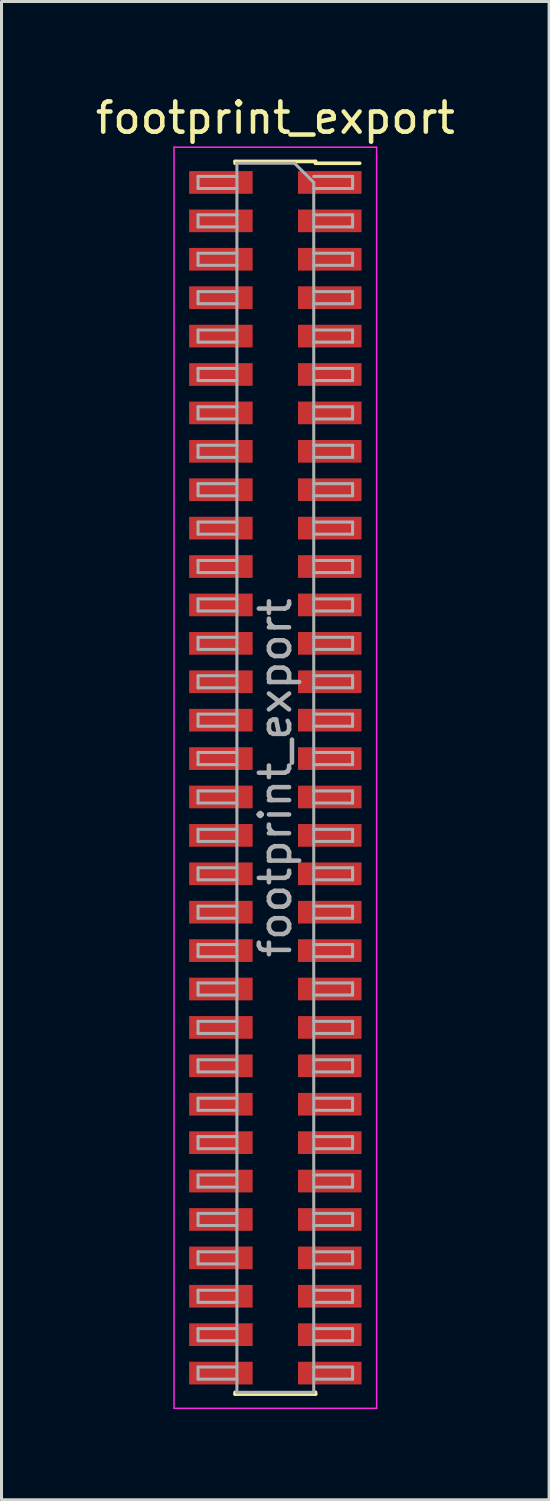
<source format=kicad_pcb>
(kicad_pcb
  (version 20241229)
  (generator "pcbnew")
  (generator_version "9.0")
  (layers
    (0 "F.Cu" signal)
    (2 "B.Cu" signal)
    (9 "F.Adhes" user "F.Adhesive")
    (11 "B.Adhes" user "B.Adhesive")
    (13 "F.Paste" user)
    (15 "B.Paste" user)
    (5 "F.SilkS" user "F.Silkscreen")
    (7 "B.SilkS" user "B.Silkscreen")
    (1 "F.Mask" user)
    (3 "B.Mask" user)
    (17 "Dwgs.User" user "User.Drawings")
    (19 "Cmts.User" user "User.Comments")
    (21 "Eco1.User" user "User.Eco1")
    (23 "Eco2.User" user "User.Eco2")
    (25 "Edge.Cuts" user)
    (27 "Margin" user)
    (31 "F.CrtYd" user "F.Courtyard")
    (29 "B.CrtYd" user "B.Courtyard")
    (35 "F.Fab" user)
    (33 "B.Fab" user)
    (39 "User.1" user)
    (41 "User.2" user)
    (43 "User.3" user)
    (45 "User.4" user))
  (footprint "footprint_export"
    (layer "F.Cu")
    (at 6.054 22.668)
    (property "Reference" "footprint_export" (at 0 -21.82 0) (layer "F.SilkS") (effects (font (size 1 1) (thickness 0.15))))
    (attr smd)
    (fp_line (start -1.33 -20.38) (end -1.33 -20.32) (stroke (width 0.12) (type solid)) (layer "F.SilkS"))
    (fp_line (start -1.33 -20.38) (end 1.33 -20.38) (stroke (width 0.12) (type solid)) (layer "F.SilkS"))
    (fp_line (start -1.33 20.32) (end -1.33 20.38) (stroke (width 0.12) (type solid)) (layer "F.SilkS"))
    (fp_line (start -1.33 20.38) (end 1.33 20.38) (stroke (width 0.12) (type solid)) (layer "F.SilkS"))
    (fp_line (start 1.33 -20.38) (end 1.33 -20.32) (stroke (width 0.12) (type solid)) (layer "F.SilkS"))
    (fp_line (start 1.33 -20.32) (end 2.79 -20.32) (stroke (width 0.12) (type solid)) (layer "F.SilkS"))
    (fp_line (start 1.33 20.32) (end 1.33 20.38) (stroke (width 0.12) (type solid)) (layer "F.SilkS"))
    (fp_line (start -3.35 -20.85) (end 3.35 -20.85) (stroke (width 0.05) (type solid)) (layer "F.CrtYd"))
    (fp_line (start -3.35 20.85) (end -3.35 -20.85) (stroke (width 0.05) (type solid)) (layer "F.CrtYd"))
    (fp_line (start 3.35 -20.85) (end 3.35 20.85) (stroke (width 0.05) (type solid)) (layer "F.CrtYd"))
    (fp_line (start 3.35 20.85) (end -3.35 20.85) (stroke (width 0.05) (type solid)) (layer "F.CrtYd"))
    (fp_line (start -2.555 -19.885) (end -1.27 -19.885) (stroke (width 0.1) (type solid)) (layer "F.Fab"))
    (fp_line (start -2.555 -19.485) (end -2.555 -19.885) (stroke (width 0.1) (type solid)) (layer "F.Fab"))
    (fp_line (start -2.555 -18.615) (end -1.27 -18.615) (stroke (width 0.1) (type solid)) (layer "F.Fab"))
    (fp_line (start -2.555 -18.215) (end -2.555 -18.615) (stroke (width 0.1) (type solid)) (layer "F.Fab"))
    (fp_line (start -2.555 -17.345) (end -1.27 -17.345) (stroke (width 0.1) (type solid)) (layer "F.Fab"))
    (fp_line (start -2.555 -16.945) (end -2.555 -17.345) (stroke (width 0.1) (type solid)) (layer "F.Fab"))
    (fp_line (start -2.555 -16.075) (end -1.27 -16.075) (stroke (width 0.1) (type solid)) (layer "F.Fab"))
    (fp_line (start -2.555 -15.675) (end -2.555 -16.075) (stroke (width 0.1) (type solid)) (layer "F.Fab"))
    (fp_line (start -2.555 -14.805) (end -1.27 -14.805) (stroke (width 0.1) (type solid)) (layer "F.Fab"))
    (fp_line (start -2.555 -14.405) (end -2.555 -14.805) (stroke (width 0.1) (type solid)) (layer "F.Fab"))
    (fp_line (start -2.555 -13.535) (end -1.27 -13.535) (stroke (width 0.1) (type solid)) (layer "F.Fab"))
    (fp_line (start -2.555 -13.135) (end -2.555 -13.535) (stroke (width 0.1) (type solid)) (layer "F.Fab"))
    (fp_line (start -2.555 -12.265) (end -1.27 -12.265) (stroke (width 0.1) (type solid)) (layer "F.Fab"))
    (fp_line (start -2.555 -11.865) (end -2.555 -12.265) (stroke (width 0.1) (type solid)) (layer "F.Fab"))
    (fp_line (start -2.555 -10.995) (end -1.27 -10.995) (stroke (width 0.1) (type solid)) (layer "F.Fab"))
    (fp_line (start -2.555 -10.595) (end -2.555 -10.995) (stroke (width 0.1) (type solid)) (layer "F.Fab"))
    (fp_line (start -2.555 -9.725) (end -1.27 -9.725) (stroke (width 0.1) (type solid)) (layer "F.Fab"))
    (fp_line (start -2.555 -9.325) (end -2.555 -9.725) (stroke (width 0.1) (type solid)) (layer "F.Fab"))
    (fp_line (start -2.555 -8.455) (end -1.27 -8.455) (stroke (width 0.1) (type solid)) (layer "F.Fab"))
    (fp_line (start -2.555 -8.055) (end -2.555 -8.455) (stroke (width 0.1) (type solid)) (layer "F.Fab"))
    (fp_line (start -2.555 -7.185) (end -1.27 -7.185) (stroke (width 0.1) (type solid)) (layer "F.Fab"))
    (fp_line (start -2.555 -6.785) (end -2.555 -7.185) (stroke (width 0.1) (type solid)) (layer "F.Fab"))
    (fp_line (start -2.555 -5.915) (end -1.27 -5.915) (stroke (width 0.1) (type solid)) (layer "F.Fab"))
    (fp_line (start -2.555 -5.515) (end -2.555 -5.915) (stroke (width 0.1) (type solid)) (layer "F.Fab"))
    (fp_line (start -2.555 -4.645) (end -1.27 -4.645) (stroke (width 0.1) (type solid)) (layer "F.Fab"))
    (fp_line (start -2.555 -4.245) (end -2.555 -4.645) (stroke (width 0.1) (type solid)) (layer "F.Fab"))
    (fp_line (start -2.555 -3.375) (end -1.27 -3.375) (stroke (width 0.1) (type solid)) (layer "F.Fab"))
    (fp_line (start -2.555 -2.975) (end -2.555 -3.375) (stroke (width 0.1) (type solid)) (layer "F.Fab"))
    (fp_line (start -2.555 -2.105) (end -1.27 -2.105) (stroke (width 0.1) (type solid)) (layer "F.Fab"))
    (fp_line (start -2.555 -1.705) (end -2.555 -2.105) (stroke (width 0.1) (type solid)) (layer "F.Fab"))
    (fp_line (start -2.555 -0.835) (end -1.27 -0.835) (stroke (width 0.1) (type solid)) (layer "F.Fab"))
    (fp_line (start -2.555 -0.435) (end -2.555 -0.835) (stroke (width 0.1) (type solid)) (layer "F.Fab"))
    (fp_line (start -2.555 0.435) (end -1.27 0.435) (stroke (width 0.1) (type solid)) (layer "F.Fab"))
    (fp_line (start -2.555 0.835) (end -2.555 0.435) (stroke (width 0.1) (type solid)) (layer "F.Fab"))
    (fp_line (start -2.555 1.705) (end -1.27 1.705) (stroke (width 0.1) (type solid)) (layer "F.Fab"))
    (fp_line (start -2.555 2.105) (end -2.555 1.705) (stroke (width 0.1) (type solid)) (layer "F.Fab"))
    (fp_line (start -2.555 2.975) (end -1.27 2.975) (stroke (width 0.1) (type solid)) (layer "F.Fab"))
    (fp_line (start -2.555 3.375) (end -2.555 2.975) (stroke (width 0.1) (type solid)) (layer "F.Fab"))
    (fp_line (start -2.555 4.245) (end -1.27 4.245) (stroke (width 0.1) (type solid)) (layer "F.Fab"))
    (fp_line (start -2.555 4.645) (end -2.555 4.245) (stroke (width 0.1) (type solid)) (layer "F.Fab"))
    (fp_line (start -2.555 5.515) (end -1.27 5.515) (stroke (width 0.1) (type solid)) (layer "F.Fab"))
    (fp_line (start -2.555 5.915) (end -2.555 5.515) (stroke (width 0.1) (type solid)) (layer "F.Fab"))
    (fp_line (start -2.555 6.785) (end -1.27 6.785) (stroke (width 0.1) (type solid)) (layer "F.Fab"))
    (fp_line (start -2.555 7.185) (end -2.555 6.785) (stroke (width 0.1) (type solid)) (layer "F.Fab"))
    (fp_line (start -2.555 8.055) (end -1.27 8.055) (stroke (width 0.1) (type solid)) (layer "F.Fab"))
    (fp_line (start -2.555 8.455) (end -2.555 8.055) (stroke (width 0.1) (type solid)) (layer "F.Fab"))
    (fp_line (start -2.555 9.325) (end -1.27 9.325) (stroke (width 0.1) (type solid)) (layer "F.Fab"))
    (fp_line (start -2.555 9.725) (end -2.555 9.325) (stroke (width 0.1) (type solid)) (layer "F.Fab"))
    (fp_line (start -2.555 10.595) (end -1.27 10.595) (stroke (width 0.1) (type solid)) (layer "F.Fab"))
    (fp_line (start -2.555 10.995) (end -2.555 10.595) (stroke (width 0.1) (type solid)) (layer "F.Fab"))
    (fp_line (start -2.555 11.865) (end -1.27 11.865) (stroke (width 0.1) (type solid)) (layer "F.Fab"))
    (fp_line (start -2.555 12.265) (end -2.555 11.865) (stroke (width 0.1) (type solid)) (layer "F.Fab"))
    (fp_line (start -2.555 13.135) (end -1.27 13.135) (stroke (width 0.1) (type solid)) (layer "F.Fab"))
    (fp_line (start -2.555 13.535) (end -2.555 13.135) (stroke (width 0.1) (type solid)) (layer "F.Fab"))
    (fp_line (start -2.555 14.405) (end -1.27 14.405) (stroke (width 0.1) (type solid)) (layer "F.Fab"))
    (fp_line (start -2.555 14.805) (end -2.555 14.405) (stroke (width 0.1) (type solid)) (layer "F.Fab"))
    (fp_line (start -2.555 15.675) (end -1.27 15.675) (stroke (width 0.1) (type solid)) (layer "F.Fab"))
    (fp_line (start -2.555 16.075) (end -2.555 15.675) (stroke (width 0.1) (type solid)) (layer "F.Fab"))
    (fp_line (start -2.555 16.945) (end -1.27 16.945) (stroke (width 0.1) (type solid)) (layer "F.Fab"))
    (fp_line (start -2.555 17.345) (end -2.555 16.945) (stroke (width 0.1) (type solid)) (layer "F.Fab"))
    (fp_line (start -2.555 18.215) (end -1.27 18.215) (stroke (width 0.1) (type solid)) (layer "F.Fab"))
    (fp_line (start -2.555 18.615) (end -2.555 18.215) (stroke (width 0.1) (type solid)) (layer "F.Fab"))
    (fp_line (start -2.555 19.485) (end -1.27 19.485) (stroke (width 0.1) (type solid)) (layer "F.Fab"))
    (fp_line (start -2.555 19.885) (end -2.555 19.485) (stroke (width 0.1) (type solid)) (layer "F.Fab"))
    (fp_line (start -1.27 -20.32) (end 0.635 -20.32) (stroke (width 0.1) (type solid)) (layer "F.Fab"))
    (fp_line (start -1.27 -19.485) (end -2.555 -19.485) (stroke (width 0.1) (type solid)) (layer "F.Fab"))
    (fp_line (start -1.27 -18.215) (end -2.555 -18.215) (stroke (width 0.1) (type solid)) (layer "F.Fab"))
    (fp_line (start -1.27 -16.945) (end -2.555 -16.945) (stroke (width 0.1) (type solid)) (layer "F.Fab"))
    (fp_line (start -1.27 -15.675) (end -2.555 -15.675) (stroke (width 0.1) (type solid)) (layer "F.Fab"))
    (fp_line (start -1.27 -14.405) (end -2.555 -14.405) (stroke (width 0.1) (type solid)) (layer "F.Fab"))
    (fp_line (start -1.27 -13.135) (end -2.555 -13.135) (stroke (width 0.1) (type solid)) (layer "F.Fab"))
    (fp_line (start -1.27 -11.865) (end -2.555 -11.865) (stroke (width 0.1) (type solid)) (layer "F.Fab"))
    (fp_line (start -1.27 -10.595) (end -2.555 -10.595) (stroke (width 0.1) (type solid)) (layer "F.Fab"))
    (fp_line (start -1.27 -9.325) (end -2.555 -9.325) (stroke (width 0.1) (type solid)) (layer "F.Fab"))
    (fp_line (start -1.27 -8.055) (end -2.555 -8.055) (stroke (width 0.1) (type solid)) (layer "F.Fab"))
    (fp_line (start -1.27 -6.785) (end -2.555 -6.785) (stroke (width 0.1) (type solid)) (layer "F.Fab"))
    (fp_line (start -1.27 -5.515) (end -2.555 -5.515) (stroke (width 0.1) (type solid)) (layer "F.Fab"))
    (fp_line (start -1.27 -4.245) (end -2.555 -4.245) (stroke (width 0.1) (type solid)) (layer "F.Fab"))
    (fp_line (start -1.27 -2.975) (end -2.555 -2.975) (stroke (width 0.1) (type solid)) (layer "F.Fab"))
    (fp_line (start -1.27 -1.705) (end -2.555 -1.705) (stroke (width 0.1) (type solid)) (layer "F.Fab"))
    (fp_line (start -1.27 -0.435) (end -2.555 -0.435) (stroke (width 0.1) (type solid)) (layer "F.Fab"))
    (fp_line (start -1.27 0.835) (end -2.555 0.835) (stroke (width 0.1) (type solid)) (layer "F.Fab"))
    (fp_line (start -1.27 2.105) (end -2.555 2.105) (stroke (width 0.1) (type solid)) (layer "F.Fab"))
    (fp_line (start -1.27 3.375) (end -2.555 3.375) (stroke (width 0.1) (type solid)) (layer "F.Fab"))
    (fp_line (start -1.27 4.645) (end -2.555 4.645) (stroke (width 0.1) (type solid)) (layer "F.Fab"))
    (fp_line (start -1.27 5.915) (end -2.555 5.915) (stroke (width 0.1) (type solid)) (layer "F.Fab"))
    (fp_line (start -1.27 7.185) (end -2.555 7.185) (stroke (width 0.1) (type solid)) (layer "F.Fab"))
    (fp_line (start -1.27 8.455) (end -2.555 8.455) (stroke (width 0.1) (type solid)) (layer "F.Fab"))
    (fp_line (start -1.27 9.725) (end -2.555 9.725) (stroke (width 0.1) (type solid)) (layer "F.Fab"))
    (fp_line (start -1.27 10.995) (end -2.555 10.995) (stroke (width 0.1) (type solid)) (layer "F.Fab"))
    (fp_line (start -1.27 12.265) (end -2.555 12.265) (stroke (width 0.1) (type solid)) (layer "F.Fab"))
    (fp_line (start -1.27 13.535) (end -2.555 13.535) (stroke (width 0.1) (type solid)) (layer "F.Fab"))
    (fp_line (start -1.27 14.805) (end -2.555 14.805) (stroke (width 0.1) (type solid)) (layer "F.Fab"))
    (fp_line (start -1.27 16.075) (end -2.555 16.075) (stroke (width 0.1) (type solid)) (layer "F.Fab"))
    (fp_line (start -1.27 17.345) (end -2.555 17.345) (stroke (width 0.1) (type solid)) (layer "F.Fab"))
    (fp_line (start -1.27 18.615) (end -2.555 18.615) (stroke (width 0.1) (type solid)) (layer "F.Fab"))
    (fp_line (start -1.27 19.885) (end -2.555 19.885) (stroke (width 0.1) (type solid)) (layer "F.Fab"))
    (fp_line (start -1.27 20.32) (end -1.27 -20.32) (stroke (width 0.1) (type solid)) (layer "F.Fab"))
    (fp_line (start 0.635 -20.32) (end 1.27 -19.685) (stroke (width 0.1) (type solid)) (layer "F.Fab"))
    (fp_line (start 1.27 -19.885) (end 2.555 -19.885) (stroke (width 0.1) (type solid)) (layer "F.Fab"))
    (fp_line (start 1.27 -19.685) (end 1.27 20.32) (stroke (width 0.1) (type solid)) (layer "F.Fab"))
    (fp_line (start 1.27 -18.615) (end 2.555 -18.615) (stroke (width 0.1) (type solid)) (layer "F.Fab"))
    (fp_line (start 1.27 -17.345) (end 2.555 -17.345) (stroke (width 0.1) (type solid)) (layer "F.Fab"))
    (fp_line (start 1.27 -16.075) (end 2.555 -16.075) (stroke (width 0.1) (type solid)) (layer "F.Fab"))
    (fp_line (start 1.27 -14.805) (end 2.555 -14.805) (stroke (width 0.1) (type solid)) (layer "F.Fab"))
    (fp_line (start 1.27 -13.535) (end 2.555 -13.535) (stroke (width 0.1) (type solid)) (layer "F.Fab"))
    (fp_line (start 1.27 -12.265) (end 2.555 -12.265) (stroke (width 0.1) (type solid)) (layer "F.Fab"))
    (fp_line (start 1.27 -10.995) (end 2.555 -10.995) (stroke (width 0.1) (type solid)) (layer "F.Fab"))
    (fp_line (start 1.27 -9.725) (end 2.555 -9.725) (stroke (width 0.1) (type solid)) (layer "F.Fab"))
    (fp_line (start 1.27 -8.455) (end 2.555 -8.455) (stroke (width 0.1) (type solid)) (layer "F.Fab"))
    (fp_line (start 1.27 -7.185) (end 2.555 -7.185) (stroke (width 0.1) (type solid)) (layer "F.Fab"))
    (fp_line (start 1.27 -5.915) (end 2.555 -5.915) (stroke (width 0.1) (type solid)) (layer "F.Fab"))
    (fp_line (start 1.27 -4.645) (end 2.555 -4.645) (stroke (width 0.1) (type solid)) (layer "F.Fab"))
    (fp_line (start 1.27 -3.375) (end 2.555 -3.375) (stroke (width 0.1) (type solid)) (layer "F.Fab"))
    (fp_line (start 1.27 -2.105) (end 2.555 -2.105) (stroke (width 0.1) (type solid)) (layer "F.Fab"))
    (fp_line (start 1.27 -0.835) (end 2.555 -0.835) (stroke (width 0.1) (type solid)) (layer "F.Fab"))
    (fp_line (start 1.27 0.435) (end 2.555 0.435) (stroke (width 0.1) (type solid)) (layer "F.Fab"))
    (fp_line (start 1.27 1.705) (end 2.555 1.705) (stroke (width 0.1) (type solid)) (layer "F.Fab"))
    (fp_line (start 1.27 2.975) (end 2.555 2.975) (stroke (width 0.1) (type solid)) (layer "F.Fab"))
    (fp_line (start 1.27 4.245) (end 2.555 4.245) (stroke (width 0.1) (type solid)) (layer "F.Fab"))
    (fp_line (start 1.27 5.515) (end 2.555 5.515) (stroke (width 0.1) (type solid)) (layer "F.Fab"))
    (fp_line (start 1.27 6.785) (end 2.555 6.785) (stroke (width 0.1) (type solid)) (layer "F.Fab"))
    (fp_line (start 1.27 8.055) (end 2.555 8.055) (stroke (width 0.1) (type solid)) (layer "F.Fab"))
    (fp_line (start 1.27 9.325) (end 2.555 9.325) (stroke (width 0.1) (type solid)) (layer "F.Fab"))
    (fp_line (start 1.27 10.595) (end 2.555 10.595) (stroke (width 0.1) (type solid)) (layer "F.Fab"))
    (fp_line (start 1.27 11.865) (end 2.555 11.865) (stroke (width 0.1) (type solid)) (layer "F.Fab"))
    (fp_line (start 1.27 13.135) (end 2.555 13.135) (stroke (width 0.1) (type solid)) (layer "F.Fab"))
    (fp_line (start 1.27 14.405) (end 2.555 14.405) (stroke (width 0.1) (type solid)) (layer "F.Fab"))
    (fp_line (start 1.27 15.675) (end 2.555 15.675) (stroke (width 0.1) (type solid)) (layer "F.Fab"))
    (fp_line (start 1.27 16.945) (end 2.555 16.945) (stroke (width 0.1) (type solid)) (layer "F.Fab"))
    (fp_line (start 1.27 18.215) (end 2.555 18.215) (stroke (width 0.1) (type solid)) (layer "F.Fab"))
    (fp_line (start 1.27 19.485) (end 2.555 19.485) (stroke (width 0.1) (type solid)) (layer "F.Fab"))
    (fp_line (start 1.27 20.32) (end -1.27 20.32) (stroke (width 0.1) (type solid)) (layer "F.Fab"))
    (fp_line (start 2.555 -19.885) (end 2.555 -19.485) (stroke (width 0.1) (type solid)) (layer "F.Fab"))
    (fp_line (start 2.555 -19.485) (end 1.27 -19.485) (stroke (width 0.1) (type solid)) (layer "F.Fab"))
    (fp_line (start 2.555 -18.615) (end 2.555 -18.215) (stroke (width 0.1) (type solid)) (layer "F.Fab"))
    (fp_line (start 2.555 -18.215) (end 1.27 -18.215) (stroke (width 0.1) (type solid)) (layer "F.Fab"))
    (fp_line (start 2.555 -17.345) (end 2.555 -16.945) (stroke (width 0.1) (type solid)) (layer "F.Fab"))
    (fp_line (start 2.555 -16.945) (end 1.27 -16.945) (stroke (width 0.1) (type solid)) (layer "F.Fab"))
    (fp_line (start 2.555 -16.075) (end 2.555 -15.675) (stroke (width 0.1) (type solid)) (layer "F.Fab"))
    (fp_line (start 2.555 -15.675) (end 1.27 -15.675) (stroke (width 0.1) (type solid)) (layer "F.Fab"))
    (fp_line (start 2.555 -14.805) (end 2.555 -14.405) (stroke (width 0.1) (type solid)) (layer "F.Fab"))
    (fp_line (start 2.555 -14.405) (end 1.27 -14.405) (stroke (width 0.1) (type solid)) (layer "F.Fab"))
    (fp_line (start 2.555 -13.535) (end 2.555 -13.135) (stroke (width 0.1) (type solid)) (layer "F.Fab"))
    (fp_line (start 2.555 -13.135) (end 1.27 -13.135) (stroke (width 0.1) (type solid)) (layer "F.Fab"))
    (fp_line (start 2.555 -12.265) (end 2.555 -11.865) (stroke (width 0.1) (type solid)) (layer "F.Fab"))
    (fp_line (start 2.555 -11.865) (end 1.27 -11.865) (stroke (width 0.1) (type solid)) (layer "F.Fab"))
    (fp_line (start 2.555 -10.995) (end 2.555 -10.595) (stroke (width 0.1) (type solid)) (layer "F.Fab"))
    (fp_line (start 2.555 -10.595) (end 1.27 -10.595) (stroke (width 0.1) (type solid)) (layer "F.Fab"))
    (fp_line (start 2.555 -9.725) (end 2.555 -9.325) (stroke (width 0.1) (type solid)) (layer "F.Fab"))
    (fp_line (start 2.555 -9.325) (end 1.27 -9.325) (stroke (width 0.1) (type solid)) (layer "F.Fab"))
    (fp_line (start 2.555 -8.455) (end 2.555 -8.055) (stroke (width 0.1) (type solid)) (layer "F.Fab"))
    (fp_line (start 2.555 -8.055) (end 1.27 -8.055) (stroke (width 0.1) (type solid)) (layer "F.Fab"))
    (fp_line (start 2.555 -7.185) (end 2.555 -6.785) (stroke (width 0.1) (type solid)) (layer "F.Fab"))
    (fp_line (start 2.555 -6.785) (end 1.27 -6.785) (stroke (width 0.1) (type solid)) (layer "F.Fab"))
    (fp_line (start 2.555 -5.915) (end 2.555 -5.515) (stroke (width 0.1) (type solid)) (layer "F.Fab"))
    (fp_line (start 2.555 -5.515) (end 1.27 -5.515) (stroke (width 0.1) (type solid)) (layer "F.Fab"))
    (fp_line (start 2.555 -4.645) (end 2.555 -4.245) (stroke (width 0.1) (type solid)) (layer "F.Fab"))
    (fp_line (start 2.555 -4.245) (end 1.27 -4.245) (stroke (width 0.1) (type solid)) (layer "F.Fab"))
    (fp_line (start 2.555 -3.375) (end 2.555 -2.975) (stroke (width 0.1) (type solid)) (layer "F.Fab"))
    (fp_line (start 2.555 -2.975) (end 1.27 -2.975) (stroke (width 0.1) (type solid)) (layer "F.Fab"))
    (fp_line (start 2.555 -2.105) (end 2.555 -1.705) (stroke (width 0.1) (type solid)) (layer "F.Fab"))
    (fp_line (start 2.555 -1.705) (end 1.27 -1.705) (stroke (width 0.1) (type solid)) (layer "F.Fab"))
    (fp_line (start 2.555 -0.835) (end 2.555 -0.435) (stroke (width 0.1) (type solid)) (layer "F.Fab"))
    (fp_line (start 2.555 -0.435) (end 1.27 -0.435) (stroke (width 0.1) (type solid)) (layer "F.Fab"))
    (fp_line (start 2.555 0.435) (end 2.555 0.835) (stroke (width 0.1) (type solid)) (layer "F.Fab"))
    (fp_line (start 2.555 0.835) (end 1.27 0.835) (stroke (width 0.1) (type solid)) (layer "F.Fab"))
    (fp_line (start 2.555 1.705) (end 2.555 2.105) (stroke (width 0.1) (type solid)) (layer "F.Fab"))
    (fp_line (start 2.555 2.105) (end 1.27 2.105) (stroke (width 0.1) (type solid)) (layer "F.Fab"))
    (fp_line (start 2.555 2.975) (end 2.555 3.375) (stroke (width 0.1) (type solid)) (layer "F.Fab"))
    (fp_line (start 2.555 3.375) (end 1.27 3.375) (stroke (width 0.1) (type solid)) (layer "F.Fab"))
    (fp_line (start 2.555 4.245) (end 2.555 4.645) (stroke (width 0.1) (type solid)) (layer "F.Fab"))
    (fp_line (start 2.555 4.645) (end 1.27 4.645) (stroke (width 0.1) (type solid)) (layer "F.Fab"))
    (fp_line (start 2.555 5.515) (end 2.555 5.915) (stroke (width 0.1) (type solid)) (layer "F.Fab"))
    (fp_line (start 2.555 5.915) (end 1.27 5.915) (stroke (width 0.1) (type solid)) (layer "F.Fab"))
    (fp_line (start 2.555 6.785) (end 2.555 7.185) (stroke (width 0.1) (type solid)) (layer "F.Fab"))
    (fp_line (start 2.555 7.185) (end 1.27 7.185) (stroke (width 0.1) (type solid)) (layer "F.Fab"))
    (fp_line (start 2.555 8.055) (end 2.555 8.455) (stroke (width 0.1) (type solid)) (layer "F.Fab"))
    (fp_line (start 2.555 8.455) (end 1.27 8.455) (stroke (width 0.1) (type solid)) (layer "F.Fab"))
    (fp_line (start 2.555 9.325) (end 2.555 9.725) (stroke (width 0.1) (type solid)) (layer "F.Fab"))
    (fp_line (start 2.555 9.725) (end 1.27 9.725) (stroke (width 0.1) (type solid)) (layer "F.Fab"))
    (fp_line (start 2.555 10.595) (end 2.555 10.995) (stroke (width 0.1) (type solid)) (layer "F.Fab"))
    (fp_line (start 2.555 10.995) (end 1.27 10.995) (stroke (width 0.1) (type solid)) (layer "F.Fab"))
    (fp_line (start 2.555 11.865) (end 2.555 12.265) (stroke (width 0.1) (type solid)) (layer "F.Fab"))
    (fp_line (start 2.555 12.265) (end 1.27 12.265) (stroke (width 0.1) (type solid)) (layer "F.Fab"))
    (fp_line (start 2.555 13.135) (end 2.555 13.535) (stroke (width 0.1) (type solid)) (layer "F.Fab"))
    (fp_line (start 2.555 13.535) (end 1.27 13.535) (stroke (width 0.1) (type solid)) (layer "F.Fab"))
    (fp_line (start 2.555 14.405) (end 2.555 14.805) (stroke (width 0.1) (type solid)) (layer "F.Fab"))
    (fp_line (start 2.555 14.805) (end 1.27 14.805) (stroke (width 0.1) (type solid)) (layer "F.Fab"))
    (fp_line (start 2.555 15.675) (end 2.555 16.075) (stroke (width 0.1) (type solid)) (layer "F.Fab"))
    (fp_line (start 2.555 16.075) (end 1.27 16.075) (stroke (width 0.1) (type solid)) (layer "F.Fab"))
    (fp_line (start 2.555 16.945) (end 2.555 17.345) (stroke (width 0.1) (type solid)) (layer "F.Fab"))
    (fp_line (start 2.555 17.345) (end 1.27 17.345) (stroke (width 0.1) (type solid)) (layer "F.Fab"))
    (fp_line (start 2.555 18.215) (end 2.555 18.615) (stroke (width 0.1) (type solid)) (layer "F.Fab"))
    (fp_line (start 2.555 18.615) (end 1.27 18.615) (stroke (width 0.1) (type solid)) (layer "F.Fab"))
    (fp_line (start 2.555 19.485) (end 2.555 19.885) (stroke (width 0.1) (type solid)) (layer "F.Fab"))
    (fp_line (start 2.555 19.885) (end 1.27 19.885) (stroke (width 0.1) (type solid)) (layer "F.Fab"))
    (fp_text user "${REFERENCE}" (at 0 0 90) (layer "F.Fab") (effects (font (size 1 1) (thickness 0.15))))
    (pad "1" smd rect (at 1.8 -19.685) (size 2.1 0.75) (layers "F.Cu" "F.Mask" "F.Paste"))
    (pad "2" smd rect (at -1.8 -19.685) (size 2.1 0.75) (layers "F.Cu" "F.Mask" "F.Paste"))
    (pad "3" smd rect (at 1.8 -18.415) (size 2.1 0.75) (layers "F.Cu" "F.Mask" "F.Paste"))
    (pad "4" smd rect (at -1.8 -18.415) (size 2.1 0.75) (layers "F.Cu" "F.Mask" "F.Paste"))
    (pad "5" smd rect (at 1.8 -17.145) (size 2.1 0.75) (layers "F.Cu" "F.Mask" "F.Paste"))
    (pad "6" smd rect (at -1.8 -17.145) (size 2.1 0.75) (layers "F.Cu" "F.Mask" "F.Paste"))
    (pad "7" smd rect (at 1.8 -15.875) (size 2.1 0.75) (layers "F.Cu" "F.Mask" "F.Paste"))
    (pad "8" smd rect (at -1.8 -15.875) (size 2.1 0.75) (layers "F.Cu" "F.Mask" "F.Paste"))
    (pad "9" smd rect (at 1.8 -14.605) (size 2.1 0.75) (layers "F.Cu" "F.Mask" "F.Paste"))
    (pad "10" smd rect (at -1.8 -14.605) (size 2.1 0.75) (layers "F.Cu" "F.Mask" "F.Paste"))
    (pad "11" smd rect (at 1.8 -13.335) (size 2.1 0.75) (layers "F.Cu" "F.Mask" "F.Paste"))
    (pad "12" smd rect (at -1.8 -13.335) (size 2.1 0.75) (layers "F.Cu" "F.Mask" "F.Paste"))
    (pad "13" smd rect (at 1.8 -12.065) (size 2.1 0.75) (layers "F.Cu" "F.Mask" "F.Paste"))
    (pad "14" smd rect (at -1.8 -12.065) (size 2.1 0.75) (layers "F.Cu" "F.Mask" "F.Paste"))
    (pad "15" smd rect (at 1.8 -10.795) (size 2.1 0.75) (layers "F.Cu" "F.Mask" "F.Paste"))
    (pad "16" smd rect (at -1.8 -10.795) (size 2.1 0.75) (layers "F.Cu" "F.Mask" "F.Paste"))
    (pad "17" smd rect (at 1.8 -9.525) (size 2.1 0.75) (layers "F.Cu" "F.Mask" "F.Paste"))
    (pad "18" smd rect (at -1.8 -9.525) (size 2.1 0.75) (layers "F.Cu" "F.Mask" "F.Paste"))
    (pad "19" smd rect (at 1.8 -8.255) (size 2.1 0.75) (layers "F.Cu" "F.Mask" "F.Paste"))
    (pad "20" smd rect (at -1.8 -8.255) (size 2.1 0.75) (layers "F.Cu" "F.Mask" "F.Paste"))
    (pad "21" smd rect (at 1.8 -6.985) (size 2.1 0.75) (layers "F.Cu" "F.Mask" "F.Paste"))
    (pad "22" smd rect (at -1.8 -6.985) (size 2.1 0.75) (layers "F.Cu" "F.Mask" "F.Paste"))
    (pad "23" smd rect (at 1.8 -5.715) (size 2.1 0.75) (layers "F.Cu" "F.Mask" "F.Paste"))
    (pad "24" smd rect (at -1.8 -5.715) (size 2.1 0.75) (layers "F.Cu" "F.Mask" "F.Paste"))
    (pad "25" smd rect (at 1.8 -4.445) (size 2.1 0.75) (layers "F.Cu" "F.Mask" "F.Paste"))
    (pad "26" smd rect (at -1.8 -4.445) (size 2.1 0.75) (layers "F.Cu" "F.Mask" "F.Paste"))
    (pad "27" smd rect (at 1.8 -3.175) (size 2.1 0.75) (layers "F.Cu" "F.Mask" "F.Paste"))
    (pad "28" smd rect (at -1.8 -3.175) (size 2.1 0.75) (layers "F.Cu" "F.Mask" "F.Paste"))
    (pad "29" smd rect (at 1.8 -1.905) (size 2.1 0.75) (layers "F.Cu" "F.Mask" "F.Paste"))
    (pad "30" smd rect (at -1.8 -1.905) (size 2.1 0.75) (layers "F.Cu" "F.Mask" "F.Paste"))
    (pad "31" smd rect (at 1.8 -0.635) (size 2.1 0.75) (layers "F.Cu" "F.Mask" "F.Paste"))
    (pad "32" smd rect (at -1.8 -0.635) (size 2.1 0.75) (layers "F.Cu" "F.Mask" "F.Paste"))
    (pad "33" smd rect (at 1.8 0.635) (size 2.1 0.75) (layers "F.Cu" "F.Mask" "F.Paste"))
    (pad "34" smd rect (at -1.8 0.635) (size 2.1 0.75) (layers "F.Cu" "F.Mask" "F.Paste"))
    (pad "35" smd rect (at 1.8 1.905) (size 2.1 0.75) (layers "F.Cu" "F.Mask" "F.Paste"))
    (pad "36" smd rect (at -1.8 1.905) (size 2.1 0.75) (layers "F.Cu" "F.Mask" "F.Paste"))
    (pad "37" smd rect (at 1.8 3.175) (size 2.1 0.75) (layers "F.Cu" "F.Mask" "F.Paste"))
    (pad "38" smd rect (at -1.8 3.175) (size 2.1 0.75) (layers "F.Cu" "F.Mask" "F.Paste"))
    (pad "39" smd rect (at 1.8 4.445) (size 2.1 0.75) (layers "F.Cu" "F.Mask" "F.Paste"))
    (pad "40" smd rect (at -1.8 4.445) (size 2.1 0.75) (layers "F.Cu" "F.Mask" "F.Paste"))
    (pad "41" smd rect (at 1.8 5.715) (size 2.1 0.75) (layers "F.Cu" "F.Mask" "F.Paste"))
    (pad "42" smd rect (at -1.8 5.715) (size 2.1 0.75) (layers "F.Cu" "F.Mask" "F.Paste"))
    (pad "43" smd rect (at 1.8 6.985) (size 2.1 0.75) (layers "F.Cu" "F.Mask" "F.Paste"))
    (pad "44" smd rect (at -1.8 6.985) (size 2.1 0.75) (layers "F.Cu" "F.Mask" "F.Paste"))
    (pad "45" smd rect (at 1.8 8.255) (size 2.1 0.75) (layers "F.Cu" "F.Mask" "F.Paste"))
    (pad "46" smd rect (at -1.8 8.255) (size 2.1 0.75) (layers "F.Cu" "F.Mask" "F.Paste"))
    (pad "47" smd rect (at 1.8 9.525) (size 2.1 0.75) (layers "F.Cu" "F.Mask" "F.Paste"))
    (pad "48" smd rect (at -1.8 9.525) (size 2.1 0.75) (layers "F.Cu" "F.Mask" "F.Paste"))
    (pad "49" smd rect (at 1.8 10.795) (size 2.1 0.75) (layers "F.Cu" "F.Mask" "F.Paste"))
    (pad "50" smd rect (at -1.8 10.795) (size 2.1 0.75) (layers "F.Cu" "F.Mask" "F.Paste"))
    (pad "51" smd rect (at 1.8 12.065) (size 2.1 0.75) (layers "F.Cu" "F.Mask" "F.Paste"))
    (pad "52" smd rect (at -1.8 12.065) (size 2.1 0.75) (layers "F.Cu" "F.Mask" "F.Paste"))
    (pad "53" smd rect (at 1.8 13.335) (size 2.1 0.75) (layers "F.Cu" "F.Mask" "F.Paste"))
    (pad "54" smd rect (at -1.8 13.335) (size 2.1 0.75) (layers "F.Cu" "F.Mask" "F.Paste"))
    (pad "55" smd rect (at 1.8 14.605) (size 2.1 0.75) (layers "F.Cu" "F.Mask" "F.Paste"))
    (pad "56" smd rect (at -1.8 14.605) (size 2.1 0.75) (layers "F.Cu" "F.Mask" "F.Paste"))
    (pad "57" smd rect (at 1.8 15.875) (size 2.1 0.75) (layers "F.Cu" "F.Mask" "F.Paste"))
    (pad "58" smd rect (at -1.8 15.875) (size 2.1 0.75) (layers "F.Cu" "F.Mask" "F.Paste"))
    (pad "59" smd rect (at 1.8 17.145) (size 2.1 0.75) (layers "F.Cu" "F.Mask" "F.Paste"))
    (pad "60" smd rect (at -1.8 17.145) (size 2.1 0.75) (layers "F.Cu" "F.Mask" "F.Paste"))
    (pad "61" smd rect (at 1.8 18.415) (size 2.1 0.75) (layers "F.Cu" "F.Mask" "F.Paste"))
    (pad "62" smd rect (at -1.8 18.415) (size 2.1 0.75) (layers "F.Cu" "F.Mask" "F.Paste"))
    (pad "63" smd rect (at 1.8 19.685) (size 2.1 0.75) (layers "F.Cu" "F.Mask" "F.Paste"))
    (pad "64" smd rect (at -1.8 19.685) (size 2.1 0.75) (layers "F.Cu" "F.Mask" "F.Paste")))
  (gr_rect
    (start -3 -3)
    (end 15.107 46.543)
    (stroke (width 0.1) (type default))
    (fill no)
    (layer "Edge.Cuts")))
</source>
